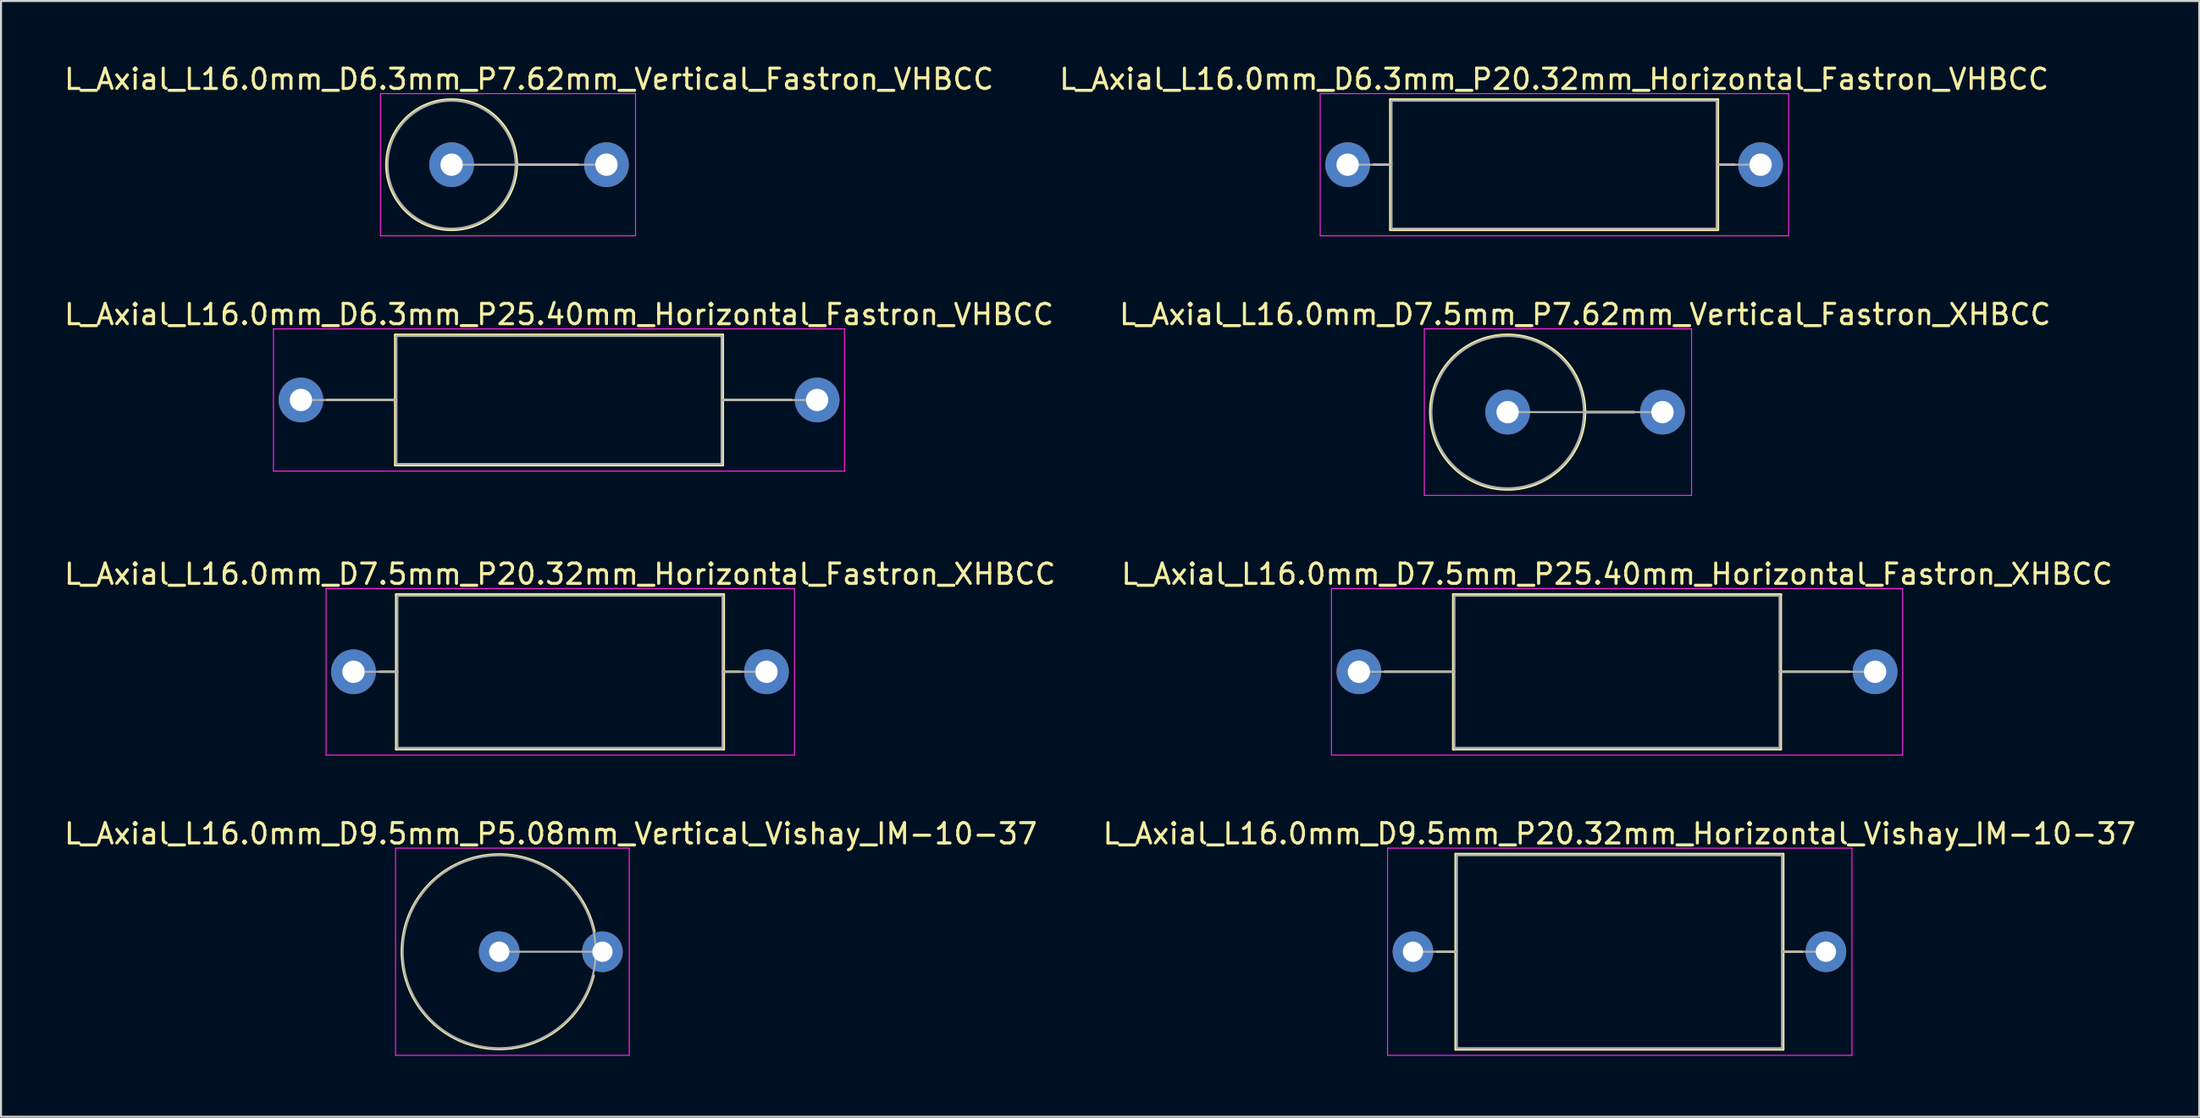
<source format=kicad_pcb>
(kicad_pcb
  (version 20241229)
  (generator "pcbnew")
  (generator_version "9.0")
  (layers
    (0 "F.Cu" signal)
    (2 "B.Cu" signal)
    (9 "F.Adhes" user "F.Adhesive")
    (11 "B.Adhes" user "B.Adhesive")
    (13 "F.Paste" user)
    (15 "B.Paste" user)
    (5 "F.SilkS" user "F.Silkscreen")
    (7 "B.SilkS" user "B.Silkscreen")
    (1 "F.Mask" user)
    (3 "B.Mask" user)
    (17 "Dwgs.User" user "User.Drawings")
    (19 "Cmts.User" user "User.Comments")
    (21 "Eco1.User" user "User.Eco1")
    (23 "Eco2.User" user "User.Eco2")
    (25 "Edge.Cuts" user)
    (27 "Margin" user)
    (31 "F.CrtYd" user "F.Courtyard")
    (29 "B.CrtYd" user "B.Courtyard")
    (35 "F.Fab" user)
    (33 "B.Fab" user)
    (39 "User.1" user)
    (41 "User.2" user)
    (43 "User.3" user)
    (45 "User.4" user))
  (footprint "L_Axial_L16.0mm_D6.3mm_P7.62mm_Vertical_Fastron_VHBCC"
    (layer "F.Cu")
    (at 19.172 5.058)
    (property "Reference" "L_Axial_L16.0mm_D6.3mm_P7.62mm_Vertical_Fastron_VHBCC" (at 3.81 -4.21 0) (layer "F.SilkS") (effects (font (size 1 1) (thickness 0.15))))
    (attr through_hole)
    (fp_line (start 3.21 0) (end 6.22 0) (stroke (width 0.12) (type solid)) (layer "F.SilkS"))
    (fp_circle (center 0 0) (end 3.21 0) (stroke (width 0.12) (type solid)) (fill no) (layer "F.SilkS"))
    (fp_line (start -3.5 -3.5) (end -3.5 3.5) (stroke (width 0.05) (type solid)) (layer "F.CrtYd"))
    (fp_line (start -3.5 3.5) (end 9.05 3.5) (stroke (width 0.05) (type solid)) (layer "F.CrtYd"))
    (fp_line (start 9.05 -3.5) (end -3.5 -3.5) (stroke (width 0.05) (type solid)) (layer "F.CrtYd"))
    (fp_line (start 9.05 3.5) (end 9.05 -3.5) (stroke (width 0.05) (type solid)) (layer "F.CrtYd"))
    (fp_line (start 0 0) (end 7.62 0) (stroke (width 0.1) (type solid)) (layer "F.Fab"))
    (fp_circle (center 0 0) (end 3.15 0) (stroke (width 0.1) (type solid)) (fill no) (layer "F.Fab"))
    (pad "1" thru_hole circle (at 0 0) (size 2.2 2.2) (drill 1.1) (layers "*.Cu" "*.Mask"))
    (pad "2" thru_hole oval (at 7.62 0) (size 2.2 2.2) (drill 1.1) (layers "*.Cu" "*.Mask")))
  (footprint "L_Axial_L16.0mm_D6.3mm_P20.32mm_Horizontal_Fastron_VHBCC"
    (layer "F.Cu")
    (at 63.263 5.058)
    (property "Reference" "L_Axial_L16.0mm_D6.3mm_P20.32mm_Horizontal_Fastron_VHBCC" (at 10.16 -4.21 0) (layer "F.SilkS") (effects (font (size 1 1) (thickness 0.15))))
    (attr through_hole)
    (fp_line (start 1.28 0) (end 2.1 0) (stroke (width 0.12) (type solid)) (layer "F.SilkS"))
    (fp_line (start 2.1 -3.21) (end 2.1 3.21) (stroke (width 0.12) (type solid)) (layer "F.SilkS"))
    (fp_line (start 2.1 3.21) (end 18.22 3.21) (stroke (width 0.12) (type solid)) (layer "F.SilkS"))
    (fp_line (start 18.22 -3.21) (end 2.1 -3.21) (stroke (width 0.12) (type solid)) (layer "F.SilkS"))
    (fp_line (start 18.22 3.21) (end 18.22 -3.21) (stroke (width 0.12) (type solid)) (layer "F.SilkS"))
    (fp_line (start 19.04 0) (end 18.22 0) (stroke (width 0.12) (type solid)) (layer "F.SilkS"))
    (fp_line (start -1.35 -3.5) (end -1.35 3.5) (stroke (width 0.05) (type solid)) (layer "F.CrtYd"))
    (fp_line (start -1.35 3.5) (end 21.7 3.5) (stroke (width 0.05) (type solid)) (layer "F.CrtYd"))
    (fp_line (start 21.7 -3.5) (end -1.35 -3.5) (stroke (width 0.05) (type solid)) (layer "F.CrtYd"))
    (fp_line (start 21.7 3.5) (end 21.7 -3.5) (stroke (width 0.05) (type solid)) (layer "F.CrtYd"))
    (fp_line (start 0 0) (end 2.16 0) (stroke (width 0.1) (type solid)) (layer "F.Fab"))
    (fp_line (start 2.16 -3.15) (end 2.16 3.15) (stroke (width 0.1) (type solid)) (layer "F.Fab"))
    (fp_line (start 2.16 3.15) (end 18.16 3.15) (stroke (width 0.1) (type solid)) (layer "F.Fab"))
    (fp_line (start 18.16 -3.15) (end 2.16 -3.15) (stroke (width 0.1) (type solid)) (layer "F.Fab"))
    (fp_line (start 18.16 3.15) (end 18.16 -3.15) (stroke (width 0.1) (type solid)) (layer "F.Fab"))
    (fp_line (start 20.32 0) (end 18.16 0) (stroke (width 0.1) (type solid)) (layer "F.Fab"))
    (pad "1" thru_hole circle (at 0 0) (size 2.2 2.2) (drill 1.1) (layers "*.Cu" "*.Mask"))
    (pad "2" thru_hole oval (at 20.32 0) (size 2.2 2.2) (drill 1.1) (layers "*.Cu" "*.Mask")))
  (footprint "L_Axial_L16.0mm_D7.5mm_P20.32mm_Horizontal_Fastron_XHBCC"
    (layer "F.Cu")
    (at 14.346 30.025)
    (property "Reference" "L_Axial_L16.0mm_D7.5mm_P20.32mm_Horizontal_Fastron_XHBCC" (at 10.16 -4.81 0) (layer "F.SilkS") (effects (font (size 1 1) (thickness 0.15))))
    (attr through_hole)
    (fp_line (start 1.28 0) (end 2.1 0) (stroke (width 0.12) (type solid)) (layer "F.SilkS"))
    (fp_line (start 2.1 -3.81) (end 2.1 3.81) (stroke (width 0.12) (type solid)) (layer "F.SilkS"))
    (fp_line (start 2.1 3.81) (end 18.22 3.81) (stroke (width 0.12) (type solid)) (layer "F.SilkS"))
    (fp_line (start 18.22 -3.81) (end 2.1 -3.81) (stroke (width 0.12) (type solid)) (layer "F.SilkS"))
    (fp_line (start 18.22 3.81) (end 18.22 -3.81) (stroke (width 0.12) (type solid)) (layer "F.SilkS"))
    (fp_line (start 19.04 0) (end 18.22 0) (stroke (width 0.12) (type solid)) (layer "F.SilkS"))
    (fp_line (start -1.35 -4.1) (end -1.35 4.1) (stroke (width 0.05) (type solid)) (layer "F.CrtYd"))
    (fp_line (start -1.35 4.1) (end 21.7 4.1) (stroke (width 0.05) (type solid)) (layer "F.CrtYd"))
    (fp_line (start 21.7 -4.1) (end -1.35 -4.1) (stroke (width 0.05) (type solid)) (layer "F.CrtYd"))
    (fp_line (start 21.7 4.1) (end 21.7 -4.1) (stroke (width 0.05) (type solid)) (layer "F.CrtYd"))
    (fp_line (start 0 0) (end 2.16 0) (stroke (width 0.1) (type solid)) (layer "F.Fab"))
    (fp_line (start 2.16 -3.75) (end 2.16 3.75) (stroke (width 0.1) (type solid)) (layer "F.Fab"))
    (fp_line (start 2.16 3.75) (end 18.16 3.75) (stroke (width 0.1) (type solid)) (layer "F.Fab"))
    (fp_line (start 18.16 -3.75) (end 2.16 -3.75) (stroke (width 0.1) (type solid)) (layer "F.Fab"))
    (fp_line (start 18.16 3.75) (end 18.16 -3.75) (stroke (width 0.1) (type solid)) (layer "F.Fab"))
    (fp_line (start 20.32 0) (end 18.16 0) (stroke (width 0.1) (type solid)) (layer "F.Fab"))
    (pad "1" thru_hole circle (at 0 0) (size 2.2 2.2) (drill 1.1) (layers "*.Cu" "*.Mask"))
    (pad "2" thru_hole oval (at 20.32 0) (size 2.2 2.2) (drill 1.1) (layers "*.Cu" "*.Mask")))
  (footprint "L_Axial_L16.0mm_D7.5mm_P25.40mm_Horizontal_Fastron_XHBCC"
    (layer "F.Cu")
    (at 63.818 30.025)
    (property "Reference" "L_Axial_L16.0mm_D7.5mm_P25.40mm_Horizontal_Fastron_XHBCC" (at 12.7 -4.81 0) (layer "F.SilkS") (effects (font (size 1 1) (thickness 0.15))))
    (attr through_hole)
    (fp_line (start 1.28 0) (end 4.64 0) (stroke (width 0.12) (type solid)) (layer "F.SilkS"))
    (fp_line (start 4.64 -3.81) (end 4.64 3.81) (stroke (width 0.12) (type solid)) (layer "F.SilkS"))
    (fp_line (start 4.64 3.81) (end 20.76 3.81) (stroke (width 0.12) (type solid)) (layer "F.SilkS"))
    (fp_line (start 20.76 -3.81) (end 4.64 -3.81) (stroke (width 0.12) (type solid)) (layer "F.SilkS"))
    (fp_line (start 20.76 3.81) (end 20.76 -3.81) (stroke (width 0.12) (type solid)) (layer "F.SilkS"))
    (fp_line (start 24.12 0) (end 20.76 0) (stroke (width 0.12) (type solid)) (layer "F.SilkS"))
    (fp_line (start -1.35 -4.1) (end -1.35 4.1) (stroke (width 0.05) (type solid)) (layer "F.CrtYd"))
    (fp_line (start -1.35 4.1) (end 26.75 4.1) (stroke (width 0.05) (type solid)) (layer "F.CrtYd"))
    (fp_line (start 26.75 -4.1) (end -1.35 -4.1) (stroke (width 0.05) (type solid)) (layer "F.CrtYd"))
    (fp_line (start 26.75 4.1) (end 26.75 -4.1) (stroke (width 0.05) (type solid)) (layer "F.CrtYd"))
    (fp_line (start 0 0) (end 4.7 0) (stroke (width 0.1) (type solid)) (layer "F.Fab"))
    (fp_line (start 4.7 -3.75) (end 4.7 3.75) (stroke (width 0.1) (type solid)) (layer "F.Fab"))
    (fp_line (start 4.7 3.75) (end 20.7 3.75) (stroke (width 0.1) (type solid)) (layer "F.Fab"))
    (fp_line (start 20.7 -3.75) (end 4.7 -3.75) (stroke (width 0.1) (type solid)) (layer "F.Fab"))
    (fp_line (start 20.7 3.75) (end 20.7 -3.75) (stroke (width 0.1) (type solid)) (layer "F.Fab"))
    (fp_line (start 25.4 0) (end 20.7 0) (stroke (width 0.1) (type solid)) (layer "F.Fab"))
    (pad "1" thru_hole circle (at 0 0) (size 2.2 2.2) (drill 1.1) (layers "*.Cu" "*.Mask"))
    (pad "2" thru_hole oval (at 25.4 0) (size 2.2 2.2) (drill 1.1) (layers "*.Cu" "*.Mask")))
  (footprint "L_Axial_L16.0mm_D6.3mm_P25.40mm_Horizontal_Fastron_VHBCC"
    (layer "F.Cu")
    (at 11.758 16.642)
    (property "Reference" "L_Axial_L16.0mm_D6.3mm_P25.40mm_Horizontal_Fastron_VHBCC" (at 12.7 -4.21 0) (layer "F.SilkS") (effects (font (size 1 1) (thickness 0.15))))
    (attr through_hole)
    (fp_line (start 1.28 0) (end 4.64 0) (stroke (width 0.12) (type solid)) (layer "F.SilkS"))
    (fp_line (start 4.64 -3.21) (end 4.64 3.21) (stroke (width 0.12) (type solid)) (layer "F.SilkS"))
    (fp_line (start 4.64 3.21) (end 20.76 3.21) (stroke (width 0.12) (type solid)) (layer "F.SilkS"))
    (fp_line (start 20.76 -3.21) (end 4.64 -3.21) (stroke (width 0.12) (type solid)) (layer "F.SilkS"))
    (fp_line (start 20.76 3.21) (end 20.76 -3.21) (stroke (width 0.12) (type solid)) (layer "F.SilkS"))
    (fp_line (start 24.12 0) (end 20.76 0) (stroke (width 0.12) (type solid)) (layer "F.SilkS"))
    (fp_line (start -1.35 -3.5) (end -1.35 3.5) (stroke (width 0.05) (type solid)) (layer "F.CrtYd"))
    (fp_line (start -1.35 3.5) (end 26.75 3.5) (stroke (width 0.05) (type solid)) (layer "F.CrtYd"))
    (fp_line (start 26.75 -3.5) (end -1.35 -3.5) (stroke (width 0.05) (type solid)) (layer "F.CrtYd"))
    (fp_line (start 26.75 3.5) (end 26.75 -3.5) (stroke (width 0.05) (type solid)) (layer "F.CrtYd"))
    (fp_line (start 0 0) (end 4.7 0) (stroke (width 0.1) (type solid)) (layer "F.Fab"))
    (fp_line (start 4.7 -3.15) (end 4.7 3.15) (stroke (width 0.1) (type solid)) (layer "F.Fab"))
    (fp_line (start 4.7 3.15) (end 20.7 3.15) (stroke (width 0.1) (type solid)) (layer "F.Fab"))
    (fp_line (start 20.7 -3.15) (end 4.7 -3.15) (stroke (width 0.1) (type solid)) (layer "F.Fab"))
    (fp_line (start 20.7 3.15) (end 20.7 -3.15) (stroke (width 0.1) (type solid)) (layer "F.Fab"))
    (fp_line (start 25.4 0) (end 20.7 0) (stroke (width 0.1) (type solid)) (layer "F.Fab"))
    (pad "1" thru_hole circle (at 0 0) (size 2.2 2.2) (drill 1.1) (layers "*.Cu" "*.Mask"))
    (pad "2" thru_hole oval (at 25.4 0) (size 2.2 2.2) (drill 1.1) (layers "*.Cu" "*.Mask")))
  (footprint "L_Axial_L16.0mm_D9.5mm_P20.32mm_Horizontal_Vishay_IM-10-37"
    (layer "F.Cu")
    (at 66.477 43.808)
    (property "Reference" "L_Axial_L16.0mm_D9.5mm_P20.32mm_Horizontal_Vishay_IM-10-37" (at 10.16 -5.81 0) (layer "F.SilkS") (effects (font (size 1 1) (thickness 0.15))))
    (attr through_hole)
    (fp_line (start 1.18 0) (end 2.1 0) (stroke (width 0.12) (type solid)) (layer "F.SilkS"))
    (fp_line (start 2.1 -4.81) (end 2.1 4.81) (stroke (width 0.12) (type solid)) (layer "F.SilkS"))
    (fp_line (start 2.1 4.81) (end 18.22 4.81) (stroke (width 0.12) (type solid)) (layer "F.SilkS"))
    (fp_line (start 18.22 -4.81) (end 2.1 -4.81) (stroke (width 0.12) (type solid)) (layer "F.SilkS"))
    (fp_line (start 18.22 4.81) (end 18.22 -4.81) (stroke (width 0.12) (type solid)) (layer "F.SilkS"))
    (fp_line (start 19.14 0) (end 18.22 0) (stroke (width 0.12) (type solid)) (layer "F.SilkS"))
    (fp_line (start -1.25 -5.1) (end -1.25 5.1) (stroke (width 0.05) (type solid)) (layer "F.CrtYd"))
    (fp_line (start -1.25 5.1) (end 21.6 5.1) (stroke (width 0.05) (type solid)) (layer "F.CrtYd"))
    (fp_line (start 21.6 -5.1) (end -1.25 -5.1) (stroke (width 0.05) (type solid)) (layer "F.CrtYd"))
    (fp_line (start 21.6 5.1) (end 21.6 -5.1) (stroke (width 0.05) (type solid)) (layer "F.CrtYd"))
    (fp_line (start 0 0) (end 2.16 0) (stroke (width 0.1) (type solid)) (layer "F.Fab"))
    (fp_line (start 2.16 -4.75) (end 2.16 4.75) (stroke (width 0.1) (type solid)) (layer "F.Fab"))
    (fp_line (start 2.16 4.75) (end 18.16 4.75) (stroke (width 0.1) (type solid)) (layer "F.Fab"))
    (fp_line (start 18.16 -4.75) (end 2.16 -4.75) (stroke (width 0.1) (type solid)) (layer "F.Fab"))
    (fp_line (start 18.16 4.75) (end 18.16 -4.75) (stroke (width 0.1) (type solid)) (layer "F.Fab"))
    (fp_line (start 20.32 0) (end 18.16 0) (stroke (width 0.1) (type solid)) (layer "F.Fab"))
    (pad "1" thru_hole circle (at 0 0) (size 2 2) (drill 1) (layers "*.Cu" "*.Mask"))
    (pad "2" thru_hole oval (at 20.32 0) (size 2 2) (drill 1) (layers "*.Cu" "*.Mask")))
  (footprint "L_Axial_L16.0mm_D7.5mm_P7.62mm_Vertical_Fastron_XHBCC"
    (layer "F.Cu")
    (at 71.136 17.241)
    (property "Reference" "L_Axial_L16.0mm_D7.5mm_P7.62mm_Vertical_Fastron_XHBCC" (at 3.81 -4.81 0) (layer "F.SilkS") (effects (font (size 1 1) (thickness 0.15))))
    (attr through_hole)
    (fp_line (start 3.81 0) (end 6.22 0) (stroke (width 0.12) (type solid)) (layer "F.SilkS"))
    (fp_circle (center 0 0) (end 3.81 0) (stroke (width 0.12) (type solid)) (fill no) (layer "F.SilkS"))
    (fp_line (start -4.1 -4.1) (end -4.1 4.1) (stroke (width 0.05) (type solid)) (layer "F.CrtYd"))
    (fp_line (start -4.1 4.1) (end 9.05 4.1) (stroke (width 0.05) (type solid)) (layer "F.CrtYd"))
    (fp_line (start 9.05 -4.1) (end -4.1 -4.1) (stroke (width 0.05) (type solid)) (layer "F.CrtYd"))
    (fp_line (start 9.05 4.1) (end 9.05 -4.1) (stroke (width 0.05) (type solid)) (layer "F.CrtYd"))
    (fp_line (start 0 0) (end 7.62 0) (stroke (width 0.1) (type solid)) (layer "F.Fab"))
    (fp_circle (center 0 0) (end 3.75 0) (stroke (width 0.1) (type solid)) (fill no) (layer "F.Fab"))
    (pad "1" thru_hole circle (at 0 0) (size 2.2 2.2) (drill 1.1) (layers "*.Cu" "*.Mask"))
    (pad "2" thru_hole oval (at 7.62 0) (size 2.2 2.2) (drill 1.1) (layers "*.Cu" "*.Mask")))
  (footprint "L_Axial_L16.0mm_D9.5mm_P5.08mm_Vertical_Vishay_IM-10-37"
    (layer "F.Cu")
    (at 21.514 43.808)
    (property "Reference" "L_Axial_L16.0mm_D9.5mm_P5.08mm_Vertical_Vishay_IM-10-37" (at 2.54 -5.81 0) (layer "F.SilkS") (effects (font (size 1 1) (thickness 0.15))))
    (attr through_hole)
    (fp_arc (start 4.645044 1.171139) (mid -4.789601 -0.087856) (end 4.684869 -1) (stroke (width 0.12) (type solid)) (layer "F.SilkS"))
    (fp_line (start -5.1 -5.1) (end -5.1 5.1) (stroke (width 0.05) (type solid)) (layer "F.CrtYd"))
    (fp_line (start -5.1 5.1) (end 6.4 5.1) (stroke (width 0.05) (type solid)) (layer "F.CrtYd"))
    (fp_line (start 6.4 -5.1) (end -5.1 -5.1) (stroke (width 0.05) (type solid)) (layer "F.CrtYd"))
    (fp_line (start 6.4 5.1) (end 6.4 -5.1) (stroke (width 0.05) (type solid)) (layer "F.CrtYd"))
    (fp_line (start 0 0) (end 5.08 0) (stroke (width 0.1) (type solid)) (layer "F.Fab"))
    (fp_circle (center 0 0) (end 4.75 0) (stroke (width 0.1) (type solid)) (fill no) (layer "F.Fab"))
    (pad "1" thru_hole circle (at 0 0) (size 2 2) (drill 1) (layers "*.Cu" "*.Mask"))
    (pad "2" thru_hole oval (at 5.08 0) (size 2 2) (drill 1) (layers "*.Cu" "*.Mask")))
  (gr_rect
    (start -3 -3)
    (end 105.167 51.933)
    (stroke (width 0.1) (type default))
    (fill no)
    (layer "Edge.Cuts")))
</source>
